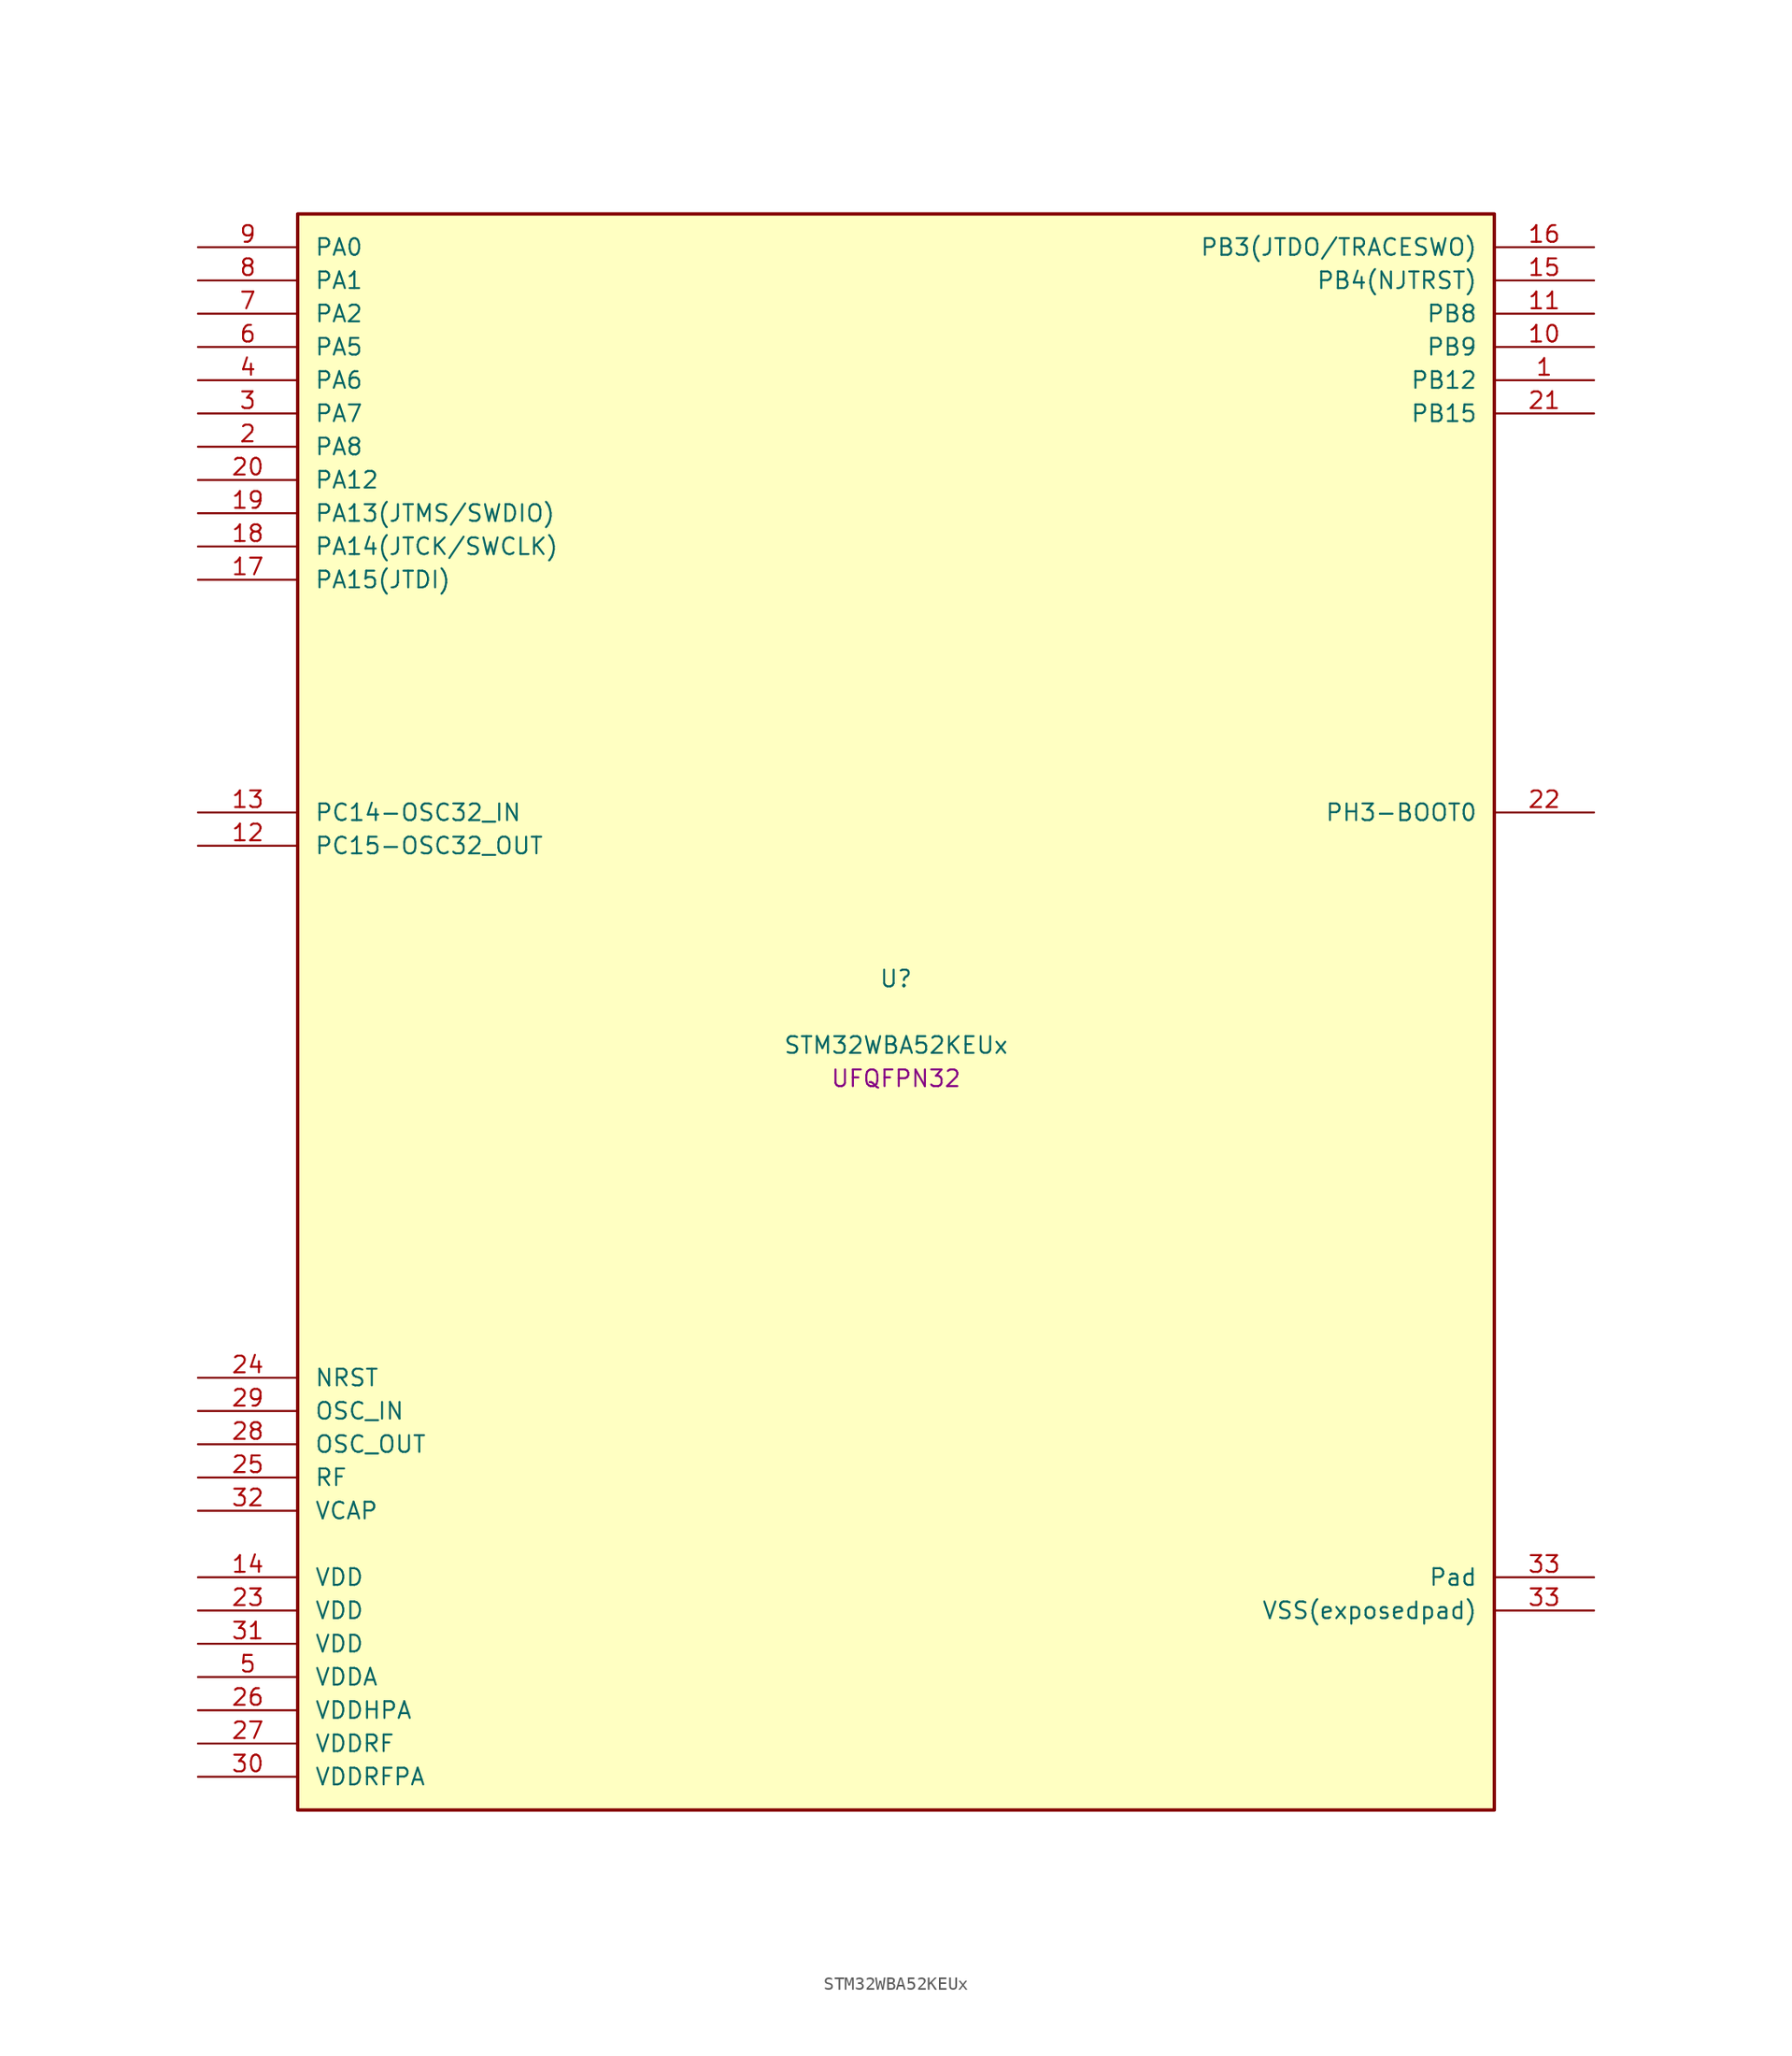
<source format=kicad_sym>
(kicad_symbol_lib
  (version 20241209)
  (generator "stm32_pkl_generator")
  (generator_version "1.0")
  (symbol "STM32WBA52KEUx"
    (pin_names
      (offset 1.27))
    (property "Reference" "U"
      (at 0 2.54 0))
    (property "Value" "STM32WBA52KEUx"
      (at 0 -2.54 0))
    (property "Footprint" "UFQFPN32"
      (at 0 -5.08 0))
    (symbol "STM32WBA52KEUx_1_1"
      (rectangle (start -45.72 60.96) (end 45.72 -60.96) (stroke (width 0.254) (type solid)) (fill (type background)))
      (pin bidirectional line (at -53.34 58.42 0) (length 7.62) (name "PA0") (number "9") (alternate "PA0/ADC4_IN9" bidirectional line) (alternate "PA0/LPTIM1_IN1" bidirectional line) (alternate "PA0/LPUART1_CTS" bidirectional line) (alternate "PA0/PWR_WKUP1" bidirectional line) (alternate "PA0/SPI3_SCK" bidirectional line) (alternate "PA0/TIM1_CH2N" bidirectional line) (alternate "PA0/TIM3_CH3" bidirectional line) (alternate "PA0/TIM3_ETR" bidirectional line) (alternate "PA0/TSC_G2_IO2" bidirectional line))
      (pin bidirectional line (at -53.34 55.88 0) (length 7.62) (name "PA1") (number "8") (alternate "PA1/ADC4_IN8" bidirectional line) (alternate "PA1/LPTIM2_CH2" bidirectional line) (alternate "PA1/LPUART1_RX" bidirectional line) (alternate "PA1/PWR_WKUP3" bidirectional line) (alternate "PA1/SPI1_RDY" bidirectional line) (alternate "PA1/TIM17_CH1" bidirectional line) (alternate "PA1/TIM1_CH1N" bidirectional line) (alternate "PA1/TIM3_CH2" bidirectional line) (alternate "PA1/TSC_G2_IO1" bidirectional line) (alternate "PA1/USART1_CK" bidirectional line))
      (pin bidirectional line (at -53.34 53.34 0) (length 7.62) (name "PA2") (number "7") (alternate "PA2/ADC4_IN7" bidirectional line) (alternate "PA2/LPUART1_TX" bidirectional line) (alternate "PA2/PWR_WKUP4" bidirectional line) (alternate "PA2/RCC_LSCO" bidirectional line) (alternate "PA2/TIM16_CH1" bidirectional line) (alternate "PA2/TIM1_BKIN" bidirectional line) (alternate "PA2/TIM3_CH1" bidirectional line) (alternate "PA2/TSC_G4_IO4" bidirectional line) (alternate "PA2/USART1_DE" bidirectional line) (alternate "PA2/USART1_RTS" bidirectional line))
      (pin bidirectional line (at -53.34 50.8 0) (length 7.62) (name "PA5") (number "6") (alternate "PA5/ADC4_IN4" bidirectional line) (alternate "PA5/LPTIM2_ETR" bidirectional line) (alternate "PA5/PWR_CSLEEP" bidirectional line) (alternate "PA5/PWR_WKUP6" bidirectional line) (alternate "PA5/SPI3_NSS" bidirectional line) (alternate "PA5/TIM2_CH1" bidirectional line) (alternate "PA5/TIM2_ETR" bidirectional line) (alternate "PA5/TSC_G1_IO4" bidirectional line) (alternate "PA5/USART1_CK" bidirectional line))
      (pin bidirectional line (at -53.34 48.26 0) (length 7.62) (name "PA6") (number "4") (alternate "PA6/ADC4_IN3" bidirectional line) (alternate "PA6/I2C3_SCL" bidirectional line) (alternate "PA6/PWR_CSTOP" bidirectional line) (alternate "PA6/PWR_WKUP7" bidirectional line) (alternate "PA6/SPI3_RDY" bidirectional line) (alternate "PA6/TIM2_CH4" bidirectional line) (alternate "PA6/TSC_G1_IO3" bidirectional line) (alternate "PA6/USART1_DE" bidirectional line) (alternate "PA6/USART1_RTS" bidirectional line))
      (pin bidirectional line (at -53.34 45.72 0) (length 7.62) (name "PA7") (number "3") (alternate "PA7/ADC4_IN2" bidirectional line) (alternate "PA7/I2C3_SDA" bidirectional line) (alternate "PA7/PWR_WKUP8" bidirectional line) (alternate "PA7/TAMP_IN1" bidirectional line) (alternate "PA7/TAMP_OUT2" bidirectional line) (alternate "PA7/TIM2_CH3" bidirectional line) (alternate "PA7/TSC_G1_IO2" bidirectional line) (alternate "PA7/USART1_CTS" bidirectional line))
      (pin bidirectional line (at -53.34 43.18 0) (length 7.62) (name "PA8") (number "2") (alternate "PA8/ADC4_IN1" bidirectional line) (alternate "PA8/LPTIM1_CH2" bidirectional line) (alternate "PA8/RCC_MCO" bidirectional line) (alternate "PA8/SPI3_RDY" bidirectional line) (alternate "PA8/TIM2_CH2" bidirectional line) (alternate "PA8/TSC_G1_IO1" bidirectional line) (alternate "PA8/USART1_RX" bidirectional line))
      (pin bidirectional line (at -53.34 40.64 0) (length 7.62) (name "PA12") (number "20") (alternate "PA12/PWR_WKUP6" bidirectional line) (alternate "PA12/RF_ANTSW0" bidirectional line) (alternate "PA12/SPI1_NSS" bidirectional line) (alternate "PA12/TIM1_CH2" bidirectional line) (alternate "PA12/TSC_G3_IO4" bidirectional line) (alternate "PA12/USART2_TX" bidirectional line))
      (pin bidirectional line (at -53.34 38.1 0) (length 7.62) (name "PA13(JTMS/SWDIO)") (number "19") (alternate "PA13(JTMS/SWDIO)/DEBUG_JTMS-SWDIO" bidirectional line) (alternate "PA13(JTMS/SWDIO)/IR_OUT" bidirectional line))
      (pin bidirectional line (at -53.34 35.56 0) (length 7.62) (name "PA14(JTCK/SWCLK)") (number "18") (alternate "PA14(JTCK/SWCLK)/DEBUG_JTCK-SWCLK" bidirectional line) (alternate "PA14(JTCK/SWCLK)/TAMP_IN3" bidirectional line) (alternate "PA14(JTCK/SWCLK)/TAMP_OUT6" bidirectional line) (alternate "PA14(JTCK/SWCLK)/USART2_TX" bidirectional line))
      (pin bidirectional line (at -53.34 33.02 0) (length 7.62) (name "PA15(JTDI)") (number "17") (alternate "PA15(JTDI)/ADC4_EXTI15" bidirectional line) (alternate "PA15(JTDI)/DEBUG_JTDI" bidirectional line) (alternate "PA15(JTDI)/I2C1_SCL" bidirectional line) (alternate "PA15(JTDI)/LPTIM1_CH2" bidirectional line) (alternate "PA15(JTDI)/SPI1_MOSI" bidirectional line) (alternate "PA15(JTDI)/TIM17_BKIN" bidirectional line) (alternate "PA15(JTDI)/TIM1_ETR" bidirectional line) (alternate "PA15(JTDI)/TSC_G3_IO3" bidirectional line) (alternate "PA15(JTDI)/USART2_DE" bidirectional line) (alternate "PA15(JTDI)/USART2_RTS" bidirectional line))
      (pin bidirectional line (at 53.34 58.42 180) (length 7.62) (name "PB3(JTDO/TRACESWO)") (number "16") (alternate "PB3(JTDO/TRACESWO)/DEBUG_JTDO-SWO" bidirectional line) (alternate "PB3(JTDO/TRACESWO)/I2C1_SDA" bidirectional line) (alternate "PB3(JTDO/TRACESWO)/LPTIM1_IN2" bidirectional line) (alternate "PB3(JTDO/TRACESWO)/SPI1_MISO" bidirectional line) (alternate "PB3(JTDO/TRACESWO)/TIM17_CH1N" bidirectional line) (alternate "PB3(JTDO/TRACESWO)/TIM1_CH4" bidirectional line) (alternate "PB3(JTDO/TRACESWO)/TSC_G3_IO2" bidirectional line) (alternate "PB3(JTDO/TRACESWO)/USART2_CK" bidirectional line))
      (pin bidirectional line (at 53.34 55.88 180) (length 7.62) (name "PB4(NJTRST)") (number "15") (alternate "PB4(NJTRST)/DEBUG_JTRST" bidirectional line) (alternate "PB4(NJTRST)/LPTIM2_IN2" bidirectional line) (alternate "PB4(NJTRST)/SPI1_SCK" bidirectional line) (alternate "PB4(NJTRST)/TIM17_CH1" bidirectional line) (alternate "PB4(NJTRST)/TIM1_CH3" bidirectional line) (alternate "PB4(NJTRST)/TSC_G3_IO1" bidirectional line) (alternate "PB4(NJTRST)/USART2_RX" bidirectional line))
      (pin bidirectional line (at 53.34 53.34 180) (length 7.62) (name "PB8") (number "11") (alternate "PB8/LPTIM1_ETR" bidirectional line) (alternate "PB8/PWR_PVD_IN" bidirectional line) (alternate "PB8/SPI3_MOSI" bidirectional line) (alternate "PB8/TIM16_CH1N" bidirectional line) (alternate "PB8/TIM1_CH1" bidirectional line) (alternate "PB8/TIM3_ETR" bidirectional line) (alternate "PB8/TSC_G2_IO4" bidirectional line) (alternate "PB8/USART2_RX" bidirectional line))
      (pin bidirectional line (at 53.34 50.8 180) (length 7.62) (name "PB9") (number "10") (alternate "PB9/ADC4_IN10" bidirectional line) (alternate "PB9/IR_OUT" bidirectional line) (alternate "PB9/LPTIM2_IN1" bidirectional line) (alternate "PB9/LPUART1_DE" bidirectional line) (alternate "PB9/LPUART1_RTS" bidirectional line) (alternate "PB9/PWR_WKUP8" bidirectional line) (alternate "PB9/SPI3_MISO" bidirectional line) (alternate "PB9/TIM16_CH1" bidirectional line) (alternate "PB9/TIM1_CH3N" bidirectional line) (alternate "PB9/TIM3_CH4" bidirectional line) (alternate "PB9/TSC_G2_IO3" bidirectional line))
      (pin bidirectional line (at 53.34 48.26 180) (length 7.62) (name "PB12") (number "1") (alternate "PB12/SPI1_RDY" bidirectional line) (alternate "PB12/TIM2_CH1" bidirectional line) (alternate "PB12/TIM2_ETR" bidirectional line) (alternate "PB12/TIM3_ETR" bidirectional line) (alternate "PB12/TSC_SYNC" bidirectional line) (alternate "PB12/USART1_TX" bidirectional line))
      (pin bidirectional line (at 53.34 45.72 180) (length 7.62) (name "PB15") (number "21") (alternate "PB15/ADC4_EXTI15" bidirectional line) (alternate "PB15/I2C1_SMBA" bidirectional line) (alternate "PB15/I2C3_SMBA" bidirectional line) (alternate "PB15/LPUART1_CTS" bidirectional line) (alternate "PB15/TIM16_BKIN" bidirectional line) (alternate "PB15/TIM1_BKIN2" bidirectional line) (alternate "PB15/USART2_CTS" bidirectional line))
      (pin bidirectional line (at -53.34 15.24 0) (length 7.62) (name "PC14-OSC32_IN") (number "13") (alternate "PC14-OSC32_IN/RCC_OSC32_IN" bidirectional line))
      (pin bidirectional line (at -53.34 12.7 0) (length 7.62) (name "PC15-OSC32_OUT") (number "12") (alternate "PC15-OSC32_OUT/ADC4_EXTI15" bidirectional line) (alternate "PC15-OSC32_OUT/RCC_OSC32_OUT" bidirectional line))
      (pin bidirectional line (at 53.34 15.24 180) (length 7.62) (name "PH3-BOOT0") (number "22") (alternate "PH3-BOOT0/TAMP_IN2" bidirectional line) (alternate "PH3-BOOT0/TAMP_OUT1" bidirectional line))
      (pin input line (at -53.34 -27.94 0) (length 7.62) (name "NRST") (number "24"))
      (pin bidirectional line (at -53.34 -30.48 0) (length 7.62) (name "OSC_IN") (number "29") (alternate "OSC_IN/RCC_OSC_IN" bidirectional line))
      (pin bidirectional line (at -53.34 -33.02 0) (length 7.62) (name "OSC_OUT") (number "28") (alternate "OSC_OUT/RCC_OSC_OUT" bidirectional line))
      (pin bidirectional line (at -53.34 -35.56 0) (length 7.62) (name "RF") (number "25"))
      (pin power_in line (at -53.34 -38.1 0) (length 7.62) (name "VCAP") (number "32"))
      (pin power_in line (at -53.34 -43.18 0) (length 7.62) (name "VDD") (number "14"))
      (pin power_in line (at -53.34 -45.72 0) (length 7.62) (name "VDD") (number "23"))
      (pin power_in line (at -53.34 -48.26 0) (length 7.62) (name "VDD") (number "31"))
      (pin power_in line (at -53.34 -50.8 0) (length 7.62) (name "VDDA") (number "5"))
      (pin power_in line (at -53.34 -53.34 0) (length 7.62) (name "VDDHPA") (number "26"))
      (pin power_in line (at -53.34 -55.88 0) (length 7.62) (name "VDDRF") (number "27"))
      (pin power_in line (at -53.34 -58.42 0) (length 7.62) (name "VDDRFPA") (number "30"))
      (pin passive line (at 53.34 -43.18 180) (length 7.62) (name "Pad") (number "33"))
      (pin power_in line (at 53.34 -45.72 180) (length 7.62) (name "VSS(exposedpad)") (number "33")))))
</source>
